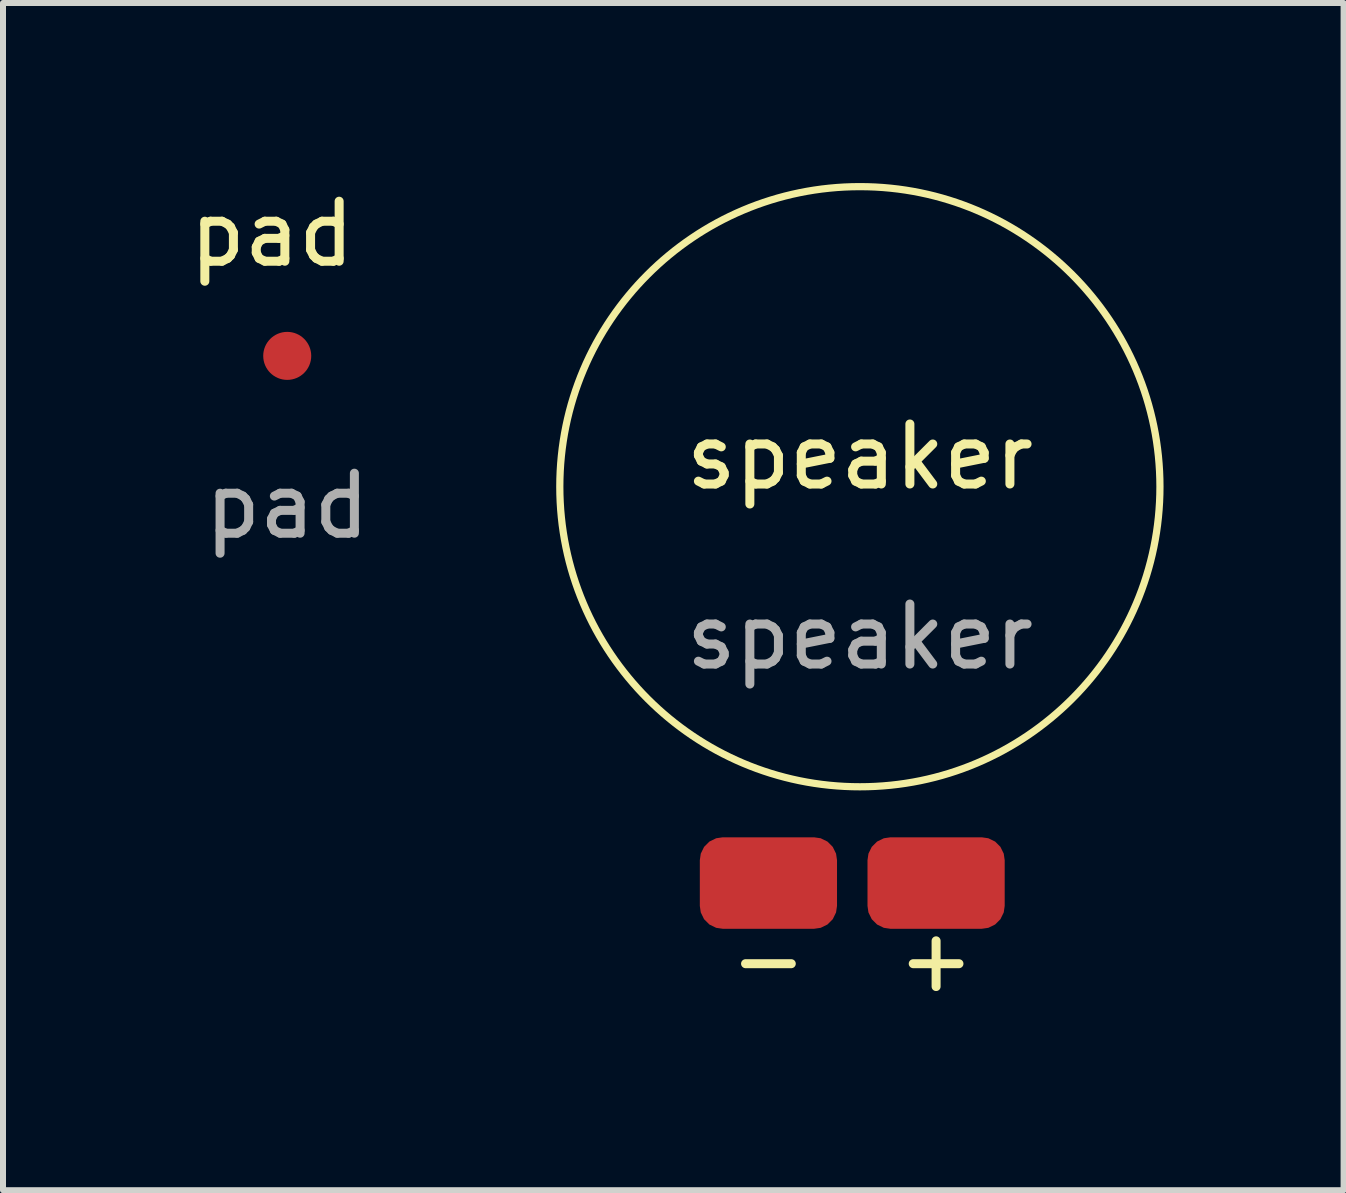
<source format=kicad_pcb>
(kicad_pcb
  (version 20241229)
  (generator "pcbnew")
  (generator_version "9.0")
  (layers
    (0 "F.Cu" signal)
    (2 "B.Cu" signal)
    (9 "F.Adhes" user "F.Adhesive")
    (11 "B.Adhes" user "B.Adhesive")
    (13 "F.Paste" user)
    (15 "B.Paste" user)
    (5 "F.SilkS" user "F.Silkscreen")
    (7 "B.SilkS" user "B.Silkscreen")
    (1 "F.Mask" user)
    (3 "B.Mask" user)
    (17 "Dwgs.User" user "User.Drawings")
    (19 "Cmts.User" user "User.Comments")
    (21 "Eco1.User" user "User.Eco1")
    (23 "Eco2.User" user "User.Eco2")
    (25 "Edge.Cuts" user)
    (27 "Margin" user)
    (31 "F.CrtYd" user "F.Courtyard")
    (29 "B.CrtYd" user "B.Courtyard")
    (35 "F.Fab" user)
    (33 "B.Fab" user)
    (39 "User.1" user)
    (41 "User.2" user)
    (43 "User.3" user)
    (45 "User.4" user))
  (footprint "speaker"
    (layer "F.Cu")
    (at 11.278 5.06)
    (property "Reference" "speaker" (at 0 -0.5 0) (unlocked yes) (layer "F.SilkS") (effects (font (size 1 1) (thickness 0.15))))
    (attr smd)
    (fp_circle (center 0 0) (end 5 0) (stroke (width 0.12) (type solid)) (fill no) (layer "F.SilkS"))
    (fp_text user "-" (at -1.524 7.874 0) (unlocked yes) (layer "F.SilkS") (effects (font (size 1 1) (thickness 0.15))))
    (fp_text user "+" (at 1.27 7.874 0) (unlocked yes) (layer "F.SilkS") (effects (font (size 1 1) (thickness 0.15))))
    (fp_text user "${REFERENCE}" (at 0 2.5 0) (unlocked yes) (layer "F.Fab") (effects (font (size 1 1) (thickness 0.15))))
    (pad "1" smd roundrect (at 1.27 6.604) (size 2.286 1.524) (layers "F.Cu" "F.Mask" "F.Paste") (roundrect_rratio 0.25))
    (pad "2" smd roundrect (at -1.524 6.604) (size 2.286 1.524) (layers "F.Cu" "F.Mask" "F.Paste") (roundrect_rratio 0.25)))
  (footprint "pad"
    (layer "F.Cu")
    (at 1.736 2.88)
    (property "Reference" "pad" (at -0.254 -2.032 0) (unlocked yes) (layer "F.SilkS") (effects (font (size 1 1) (thickness 0.15))))
    (attr smd)
    (fp_text user "${REFERENCE}" (at 0 2.5 0) (unlocked yes) (layer "F.Fab") (effects (font (size 1 1) (thickness 0.15))))
    (pad "1" smd circle (at 0 0) (size 0.8 0.8) (layers "F.Cu" "F.Mask" "F.Paste")))
  (gr_rect
    (start -3 -3)
    (end 19.338 16.782)
    (stroke (width 0.1) (type default))
    (fill no)
    (layer "Edge.Cuts")))
</source>
